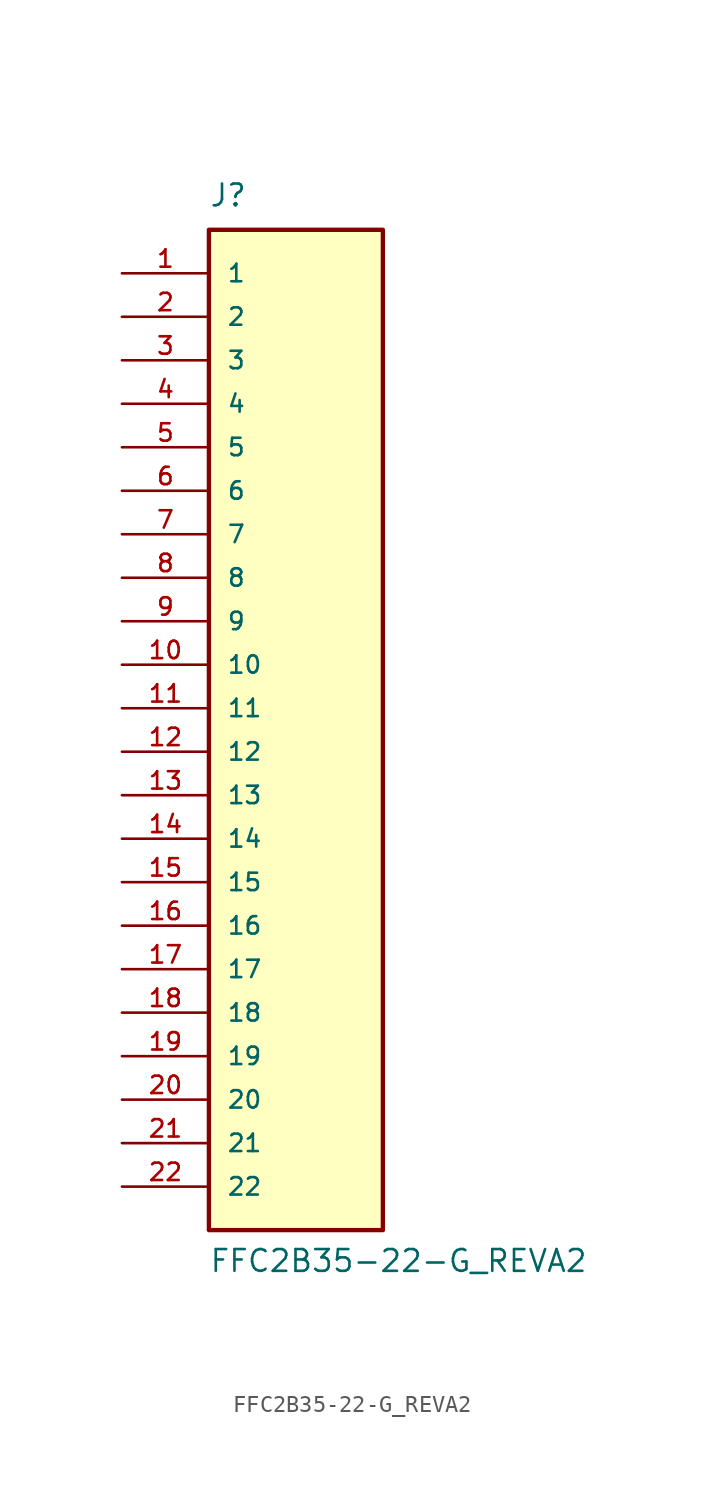
<source format=kicad_sym>
(kicad_symbol_lib
  (version 20231120)
  (generator "kicad_symbol_editor")
  (generator_version "8.0")
  (symbol "FFC2B35-22-G_REVA2"
    (pin_names
      (offset 1.016))
    (property "Reference" "J"
      (at -5.08 31.75 0)
      (effects (font (size 1.27 1.27)) (justify left bottom)))
    (property "Value" "FFC2B35-22-G_REVA2"
      (at -5.08 -30.48 0)
      (effects (font (size 1.27 1.27)) (justify left bottom)))
    (symbol "FFC2B35-22-G_REVA2_0_0"
      (rectangle (start -5.08 -27.94) (end 5.08 30.48) (stroke (width 0.254) (type default)) (fill (type background)))
      (pin passive line (at -10.16 27.94 0) (length 5.08) (name "1" (effects (font (size 1.016 1.016)))) (number "1" (effects (font (size 1.016 1.016)))))
      (pin passive line (at -10.16 5.08 0) (length 5.08) (name "10" (effects (font (size 1.016 1.016)))) (number "10" (effects (font (size 1.016 1.016)))))
      (pin passive line (at -10.16 2.54 0) (length 5.08) (name "11" (effects (font (size 1.016 1.016)))) (number "11" (effects (font (size 1.016 1.016)))))
      (pin passive line (at -10.16 0 0) (length 5.08) (name "12" (effects (font (size 1.016 1.016)))) (number "12" (effects (font (size 1.016 1.016)))))
      (pin passive line (at -10.16 -2.54 0) (length 5.08) (name "13" (effects (font (size 1.016 1.016)))) (number "13" (effects (font (size 1.016 1.016)))))
      (pin passive line (at -10.16 -5.08 0) (length 5.08) (name "14" (effects (font (size 1.016 1.016)))) (number "14" (effects (font (size 1.016 1.016)))))
      (pin passive line (at -10.16 -7.62 0) (length 5.08) (name "15" (effects (font (size 1.016 1.016)))) (number "15" (effects (font (size 1.016 1.016)))))
      (pin passive line (at -10.16 -10.16 0) (length 5.08) (name "16" (effects (font (size 1.016 1.016)))) (number "16" (effects (font (size 1.016 1.016)))))
      (pin passive line (at -10.16 -12.7 0) (length 5.08) (name "17" (effects (font (size 1.016 1.016)))) (number "17" (effects (font (size 1.016 1.016)))))
      (pin passive line (at -10.16 -15.24 0) (length 5.08) (name "18" (effects (font (size 1.016 1.016)))) (number "18" (effects (font (size 1.016 1.016)))))
      (pin passive line (at -10.16 -17.78 0) (length 5.08) (name "19" (effects (font (size 1.016 1.016)))) (number "19" (effects (font (size 1.016 1.016)))))
      (pin passive line (at -10.16 25.4 0) (length 5.08) (name "2" (effects (font (size 1.016 1.016)))) (number "2" (effects (font (size 1.016 1.016)))))
      (pin passive line (at -10.16 -20.32 0) (length 5.08) (name "20" (effects (font (size 1.016 1.016)))) (number "20" (effects (font (size 1.016 1.016)))))
      (pin passive line (at -10.16 -22.86 0) (length 5.08) (name "21" (effects (font (size 1.016 1.016)))) (number "21" (effects (font (size 1.016 1.016)))))
      (pin passive line (at -10.16 -25.4 0) (length 5.08) (name "22" (effects (font (size 1.016 1.016)))) (number "22" (effects (font (size 1.016 1.016)))))
      (pin passive line (at -10.16 22.86 0) (length 5.08) (name "3" (effects (font (size 1.016 1.016)))) (number "3" (effects (font (size 1.016 1.016)))))
      (pin passive line (at -10.16 20.32 0) (length 5.08) (name "4" (effects (font (size 1.016 1.016)))) (number "4" (effects (font (size 1.016 1.016)))))
      (pin passive line (at -10.16 17.78 0) (length 5.08) (name "5" (effects (font (size 1.016 1.016)))) (number "5" (effects (font (size 1.016 1.016)))))
      (pin passive line (at -10.16 15.24 0) (length 5.08) (name "6" (effects (font (size 1.016 1.016)))) (number "6" (effects (font (size 1.016 1.016)))))
      (pin passive line (at -10.16 12.7 0) (length 5.08) (name "7" (effects (font (size 1.016 1.016)))) (number "7" (effects (font (size 1.016 1.016)))))
      (pin passive line (at -10.16 10.16 0) (length 5.08) (name "8" (effects (font (size 1.016 1.016)))) (number "8" (effects (font (size 1.016 1.016)))))
      (pin passive line (at -10.16 7.62 0) (length 5.08) (name "9" (effects (font (size 1.016 1.016)))) (number "9" (effects (font (size 1.016 1.016))))))))
</source>
